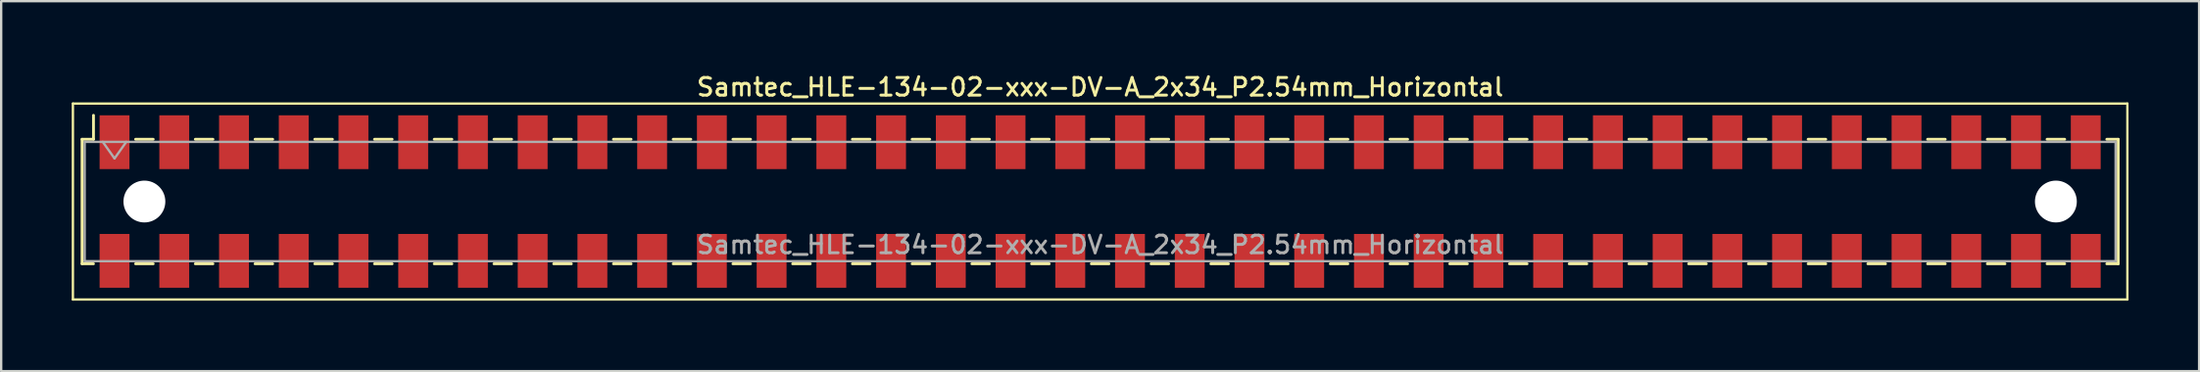
<source format=kicad_pcb>
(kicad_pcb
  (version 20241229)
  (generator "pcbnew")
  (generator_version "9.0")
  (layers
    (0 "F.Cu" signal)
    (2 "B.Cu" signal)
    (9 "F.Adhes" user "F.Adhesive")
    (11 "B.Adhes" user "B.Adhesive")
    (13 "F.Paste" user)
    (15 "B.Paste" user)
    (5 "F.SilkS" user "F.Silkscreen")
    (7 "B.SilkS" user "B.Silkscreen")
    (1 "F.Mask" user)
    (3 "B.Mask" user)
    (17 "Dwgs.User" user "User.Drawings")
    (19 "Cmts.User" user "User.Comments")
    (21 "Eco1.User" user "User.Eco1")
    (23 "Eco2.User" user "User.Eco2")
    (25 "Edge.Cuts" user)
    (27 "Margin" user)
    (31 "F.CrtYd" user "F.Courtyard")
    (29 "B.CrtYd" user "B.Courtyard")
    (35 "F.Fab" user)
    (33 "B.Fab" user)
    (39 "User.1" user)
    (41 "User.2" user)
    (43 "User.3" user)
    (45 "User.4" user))
  (footprint "Samtec_HLE-134-02-xxx-DV-A_2x34_P2.54mm_Horizontal"
    (layer "F.Cu")
    (at 43.73 5.528)
    (property "Reference" "Samtec_HLE-134-02-xxx-DV-A_2x34_P2.54mm_Horizontal" (at 0 -4.87 0) (layer "F.SilkS") (effects (font (size 0.75 0.75) (thickness 0.125))))
    (attr smd)
    (fp_line (start -43.68 -4.17) (end 43.68 -4.17) (stroke (width 0.1) (type solid)) (layer "F.SilkS"))
    (fp_line (start -43.68 4.17) (end -43.68 -4.17) (stroke (width 0.1) (type solid)) (layer "F.SilkS"))
    (fp_line (start -43.29 -2.65) (end -43.29 2.65) (stroke (width 0.12) (type solid)) (layer "F.SilkS"))
    (fp_line (start -43.29 2.65) (end -42.805 2.65) (stroke (width 0.12) (type solid)) (layer "F.SilkS"))
    (fp_line (start -42.805 -3.67) (end -42.805 -2.65) (stroke (width 0.12) (type solid)) (layer "F.SilkS"))
    (fp_line (start -42.805 -2.65) (end -43.29 -2.65) (stroke (width 0.12) (type solid)) (layer "F.SilkS"))
    (fp_line (start -41.015 -2.65) (end -40.265 -2.65) (stroke (width 0.12) (type solid)) (layer "F.SilkS"))
    (fp_line (start -41.015 2.65) (end -40.265 2.65) (stroke (width 0.12) (type solid)) (layer "F.SilkS"))
    (fp_line (start -38.475 -2.65) (end -37.725 -2.65) (stroke (width 0.12) (type solid)) (layer "F.SilkS"))
    (fp_line (start -38.475 2.65) (end -37.725 2.65) (stroke (width 0.12) (type solid)) (layer "F.SilkS"))
    (fp_line (start -35.935 -2.65) (end -35.185 -2.65) (stroke (width 0.12) (type solid)) (layer "F.SilkS"))
    (fp_line (start -35.935 2.65) (end -35.185 2.65) (stroke (width 0.12) (type solid)) (layer "F.SilkS"))
    (fp_line (start -33.395 -2.65) (end -32.645 -2.65) (stroke (width 0.12) (type solid)) (layer "F.SilkS"))
    (fp_line (start -33.395 2.65) (end -32.645 2.65) (stroke (width 0.12) (type solid)) (layer "F.SilkS"))
    (fp_line (start -30.855 -2.65) (end -30.105 -2.65) (stroke (width 0.12) (type solid)) (layer "F.SilkS"))
    (fp_line (start -30.855 2.65) (end -30.105 2.65) (stroke (width 0.12) (type solid)) (layer "F.SilkS"))
    (fp_line (start -28.315 -2.65) (end -27.565 -2.65) (stroke (width 0.12) (type solid)) (layer "F.SilkS"))
    (fp_line (start -28.315 2.65) (end -27.565 2.65) (stroke (width 0.12) (type solid)) (layer "F.SilkS"))
    (fp_line (start -25.775 -2.65) (end -25.025 -2.65) (stroke (width 0.12) (type solid)) (layer "F.SilkS"))
    (fp_line (start -25.775 2.65) (end -25.025 2.65) (stroke (width 0.12) (type solid)) (layer "F.SilkS"))
    (fp_line (start -23.235 -2.65) (end -22.485 -2.65) (stroke (width 0.12) (type solid)) (layer "F.SilkS"))
    (fp_line (start -23.235 2.65) (end -22.485 2.65) (stroke (width 0.12) (type solid)) (layer "F.SilkS"))
    (fp_line (start -20.695 -2.65) (end -19.945 -2.65) (stroke (width 0.12) (type solid)) (layer "F.SilkS"))
    (fp_line (start -20.695 2.65) (end -19.945 2.65) (stroke (width 0.12) (type solid)) (layer "F.SilkS"))
    (fp_line (start -18.155 -2.65) (end -17.405 -2.65) (stroke (width 0.12) (type solid)) (layer "F.SilkS"))
    (fp_line (start -18.155 2.65) (end -17.405 2.65) (stroke (width 0.12) (type solid)) (layer "F.SilkS"))
    (fp_line (start -15.615 -2.65) (end -14.865 -2.65) (stroke (width 0.12) (type solid)) (layer "F.SilkS"))
    (fp_line (start -15.615 2.65) (end -14.865 2.65) (stroke (width 0.12) (type solid)) (layer "F.SilkS"))
    (fp_line (start -13.075 -2.65) (end -12.325 -2.65) (stroke (width 0.12) (type solid)) (layer "F.SilkS"))
    (fp_line (start -13.075 2.65) (end -12.325 2.65) (stroke (width 0.12) (type solid)) (layer "F.SilkS"))
    (fp_line (start -10.535 -2.65) (end -9.785 -2.65) (stroke (width 0.12) (type solid)) (layer "F.SilkS"))
    (fp_line (start -10.535 2.65) (end -9.785 2.65) (stroke (width 0.12) (type solid)) (layer "F.SilkS"))
    (fp_line (start -7.995 -2.65) (end -7.245 -2.65) (stroke (width 0.12) (type solid)) (layer "F.SilkS"))
    (fp_line (start -7.995 2.65) (end -7.245 2.65) (stroke (width 0.12) (type solid)) (layer "F.SilkS"))
    (fp_line (start -5.455 -2.65) (end -4.705 -2.65) (stroke (width 0.12) (type solid)) (layer "F.SilkS"))
    (fp_line (start -5.455 2.65) (end -4.705 2.65) (stroke (width 0.12) (type solid)) (layer "F.SilkS"))
    (fp_line (start -2.915 -2.65) (end -2.165 -2.65) (stroke (width 0.12) (type solid)) (layer "F.SilkS"))
    (fp_line (start -2.915 2.65) (end -2.165 2.65) (stroke (width 0.12) (type solid)) (layer "F.SilkS"))
    (fp_line (start -0.375 -2.65) (end 0.375 -2.65) (stroke (width 0.12) (type solid)) (layer "F.SilkS"))
    (fp_line (start -0.375 2.65) (end 0.375 2.65) (stroke (width 0.12) (type solid)) (layer "F.SilkS"))
    (fp_line (start 2.165 -2.65) (end 2.915 -2.65) (stroke (width 0.12) (type solid)) (layer "F.SilkS"))
    (fp_line (start 2.165 2.65) (end 2.915 2.65) (stroke (width 0.12) (type solid)) (layer "F.SilkS"))
    (fp_line (start 4.705 -2.65) (end 5.455 -2.65) (stroke (width 0.12) (type solid)) (layer "F.SilkS"))
    (fp_line (start 4.705 2.65) (end 5.455 2.65) (stroke (width 0.12) (type solid)) (layer "F.SilkS"))
    (fp_line (start 7.245 -2.65) (end 7.995 -2.65) (stroke (width 0.12) (type solid)) (layer "F.SilkS"))
    (fp_line (start 7.245 2.65) (end 7.995 2.65) (stroke (width 0.12) (type solid)) (layer "F.SilkS"))
    (fp_line (start 9.785 -2.65) (end 10.535 -2.65) (stroke (width 0.12) (type solid)) (layer "F.SilkS"))
    (fp_line (start 9.785 2.65) (end 10.535 2.65) (stroke (width 0.12) (type solid)) (layer "F.SilkS"))
    (fp_line (start 12.325 -2.65) (end 13.075 -2.65) (stroke (width 0.12) (type solid)) (layer "F.SilkS"))
    (fp_line (start 12.325 2.65) (end 13.075 2.65) (stroke (width 0.12) (type solid)) (layer "F.SilkS"))
    (fp_line (start 14.865 -2.65) (end 15.615 -2.65) (stroke (width 0.12) (type solid)) (layer "F.SilkS"))
    (fp_line (start 14.865 2.65) (end 15.615 2.65) (stroke (width 0.12) (type solid)) (layer "F.SilkS"))
    (fp_line (start 17.405 -2.65) (end 18.155 -2.65) (stroke (width 0.12) (type solid)) (layer "F.SilkS"))
    (fp_line (start 17.405 2.65) (end 18.155 2.65) (stroke (width 0.12) (type solid)) (layer "F.SilkS"))
    (fp_line (start 19.945 -2.65) (end 20.695 -2.65) (stroke (width 0.12) (type solid)) (layer "F.SilkS"))
    (fp_line (start 19.945 2.65) (end 20.695 2.65) (stroke (width 0.12) (type solid)) (layer "F.SilkS"))
    (fp_line (start 22.485 -2.65) (end 23.235 -2.65) (stroke (width 0.12) (type solid)) (layer "F.SilkS"))
    (fp_line (start 22.485 2.65) (end 23.235 2.65) (stroke (width 0.12) (type solid)) (layer "F.SilkS"))
    (fp_line (start 25.025 -2.65) (end 25.775 -2.65) (stroke (width 0.12) (type solid)) (layer "F.SilkS"))
    (fp_line (start 25.025 2.65) (end 25.775 2.65) (stroke (width 0.12) (type solid)) (layer "F.SilkS"))
    (fp_line (start 27.565 -2.65) (end 28.315 -2.65) (stroke (width 0.12) (type solid)) (layer "F.SilkS"))
    (fp_line (start 27.565 2.65) (end 28.315 2.65) (stroke (width 0.12) (type solid)) (layer "F.SilkS"))
    (fp_line (start 30.105 -2.65) (end 30.855 -2.65) (stroke (width 0.12) (type solid)) (layer "F.SilkS"))
    (fp_line (start 30.105 2.65) (end 30.855 2.65) (stroke (width 0.12) (type solid)) (layer "F.SilkS"))
    (fp_line (start 32.645 -2.65) (end 33.395 -2.65) (stroke (width 0.12) (type solid)) (layer "F.SilkS"))
    (fp_line (start 32.645 2.65) (end 33.395 2.65) (stroke (width 0.12) (type solid)) (layer "F.SilkS"))
    (fp_line (start 35.185 -2.65) (end 35.935 -2.65) (stroke (width 0.12) (type solid)) (layer "F.SilkS"))
    (fp_line (start 35.185 2.65) (end 35.935 2.65) (stroke (width 0.12) (type solid)) (layer "F.SilkS"))
    (fp_line (start 37.725 -2.65) (end 38.475 -2.65) (stroke (width 0.12) (type solid)) (layer "F.SilkS"))
    (fp_line (start 37.725 2.65) (end 38.475 2.65) (stroke (width 0.12) (type solid)) (layer "F.SilkS"))
    (fp_line (start 40.265 -2.65) (end 41.015 -2.65) (stroke (width 0.12) (type solid)) (layer "F.SilkS"))
    (fp_line (start 40.265 2.65) (end 41.015 2.65) (stroke (width 0.12) (type solid)) (layer "F.SilkS"))
    (fp_line (start 42.805 -2.65) (end 43.29 -2.65) (stroke (width 0.12) (type solid)) (layer "F.SilkS"))
    (fp_line (start 43.29 -2.65) (end 43.29 2.65) (stroke (width 0.12) (type solid)) (layer "F.SilkS"))
    (fp_line (start 43.29 2.65) (end 42.805 2.65) (stroke (width 0.12) (type solid)) (layer "F.SilkS"))
    (fp_line (start 43.68 -4.17) (end 43.68 4.17) (stroke (width 0.1) (type solid)) (layer "F.SilkS"))
    (fp_line (start 43.68 4.17) (end -43.68 4.17) (stroke (width 0.1) (type solid)) (layer "F.SilkS"))
    (fp_line (start -43.18 -2.54) (end 43.18 -2.54) (stroke (width 0.1) (type solid)) (layer "F.Fab"))
    (fp_line (start -43.18 2.54) (end -43.18 -2.54) (stroke (width 0.1) (type solid)) (layer "F.Fab"))
    (fp_line (start -42.41 -2.54) (end -41.91 -1.833) (stroke (width 0.1) (type solid)) (layer "F.Fab"))
    (fp_line (start -41.91 -1.833) (end -41.41 -2.54) (stroke (width 0.1) (type solid)) (layer "F.Fab"))
    (fp_line (start 43.18 -2.54) (end 43.18 2.54) (stroke (width 0.1) (type solid)) (layer "F.Fab"))
    (fp_line (start 43.18 2.54) (end -43.18 2.54) (stroke (width 0.1) (type solid)) (layer "F.Fab"))
    (fp_text user "${REFERENCE}" (at 0 1.84 0) (layer "F.Fab") (effects (font (size 0.75 0.75) (thickness 0.125))))
    (pad "" np_thru_hole circle (at -40.64 0) (size 1.78 1.78) (drill 1.78) (layers "*.Cu" "*.Mask"))
    (pad "" np_thru_hole circle (at 40.64 0) (size 1.78 1.78) (drill 1.78) (layers "*.Cu" "*.Mask"))
    (pad "1" smd rect (at -41.91 -2.525) (size 1.27 2.29) (layers "F.Cu" "F.Mask" "F.Paste"))
    (pad "2" smd rect (at -41.91 2.525) (size 1.27 2.29) (layers "F.Cu" "F.Mask" "F.Paste"))
    (pad "3" smd rect (at -39.37 -2.525) (size 1.27 2.29) (layers "F.Cu" "F.Mask" "F.Paste"))
    (pad "4" smd rect (at -39.37 2.525) (size 1.27 2.29) (layers "F.Cu" "F.Mask" "F.Paste"))
    (pad "5" smd rect (at -36.83 -2.525) (size 1.27 2.29) (layers "F.Cu" "F.Mask" "F.Paste"))
    (pad "6" smd rect (at -36.83 2.525) (size 1.27 2.29) (layers "F.Cu" "F.Mask" "F.Paste"))
    (pad "7" smd rect (at -34.29 -2.525) (size 1.27 2.29) (layers "F.Cu" "F.Mask" "F.Paste"))
    (pad "8" smd rect (at -34.29 2.525) (size 1.27 2.29) (layers "F.Cu" "F.Mask" "F.Paste"))
    (pad "9" smd rect (at -31.75 -2.525) (size 1.27 2.29) (layers "F.Cu" "F.Mask" "F.Paste"))
    (pad "10" smd rect (at -31.75 2.525) (size 1.27 2.29) (layers "F.Cu" "F.Mask" "F.Paste"))
    (pad "11" smd rect (at -29.21 -2.525) (size 1.27 2.29) (layers "F.Cu" "F.Mask" "F.Paste"))
    (pad "12" smd rect (at -29.21 2.525) (size 1.27 2.29) (layers "F.Cu" "F.Mask" "F.Paste"))
    (pad "13" smd rect (at -26.67 -2.525) (size 1.27 2.29) (layers "F.Cu" "F.Mask" "F.Paste"))
    (pad "14" smd rect (at -26.67 2.525) (size 1.27 2.29) (layers "F.Cu" "F.Mask" "F.Paste"))
    (pad "15" smd rect (at -24.13 -2.525) (size 1.27 2.29) (layers "F.Cu" "F.Mask" "F.Paste"))
    (pad "16" smd rect (at -24.13 2.525) (size 1.27 2.29) (layers "F.Cu" "F.Mask" "F.Paste"))
    (pad "17" smd rect (at -21.59 -2.525) (size 1.27 2.29) (layers "F.Cu" "F.Mask" "F.Paste"))
    (pad "18" smd rect (at -21.59 2.525) (size 1.27 2.29) (layers "F.Cu" "F.Mask" "F.Paste"))
    (pad "19" smd rect (at -19.05 -2.525) (size 1.27 2.29) (layers "F.Cu" "F.Mask" "F.Paste"))
    (pad "20" smd rect (at -19.05 2.525) (size 1.27 2.29) (layers "F.Cu" "F.Mask" "F.Paste"))
    (pad "21" smd rect (at -16.51 -2.525) (size 1.27 2.29) (layers "F.Cu" "F.Mask" "F.Paste"))
    (pad "22" smd rect (at -16.51 2.525) (size 1.27 2.29) (layers "F.Cu" "F.Mask" "F.Paste"))
    (pad "23" smd rect (at -13.97 -2.525) (size 1.27 2.29) (layers "F.Cu" "F.Mask" "F.Paste"))
    (pad "24" smd rect (at -13.97 2.525) (size 1.27 2.29) (layers "F.Cu" "F.Mask" "F.Paste"))
    (pad "25" smd rect (at -11.43 -2.525) (size 1.27 2.29) (layers "F.Cu" "F.Mask" "F.Paste"))
    (pad "26" smd rect (at -11.43 2.525) (size 1.27 2.29) (layers "F.Cu" "F.Mask" "F.Paste"))
    (pad "27" smd rect (at -8.89 -2.525) (size 1.27 2.29) (layers "F.Cu" "F.Mask" "F.Paste"))
    (pad "28" smd rect (at -8.89 2.525) (size 1.27 2.29) (layers "F.Cu" "F.Mask" "F.Paste"))
    (pad "29" smd rect (at -6.35 -2.525) (size 1.27 2.29) (layers "F.Cu" "F.Mask" "F.Paste"))
    (pad "30" smd rect (at -6.35 2.525) (size 1.27 2.29) (layers "F.Cu" "F.Mask" "F.Paste"))
    (pad "31" smd rect (at -3.81 -2.525) (size 1.27 2.29) (layers "F.Cu" "F.Mask" "F.Paste"))
    (pad "32" smd rect (at -3.81 2.525) (size 1.27 2.29) (layers "F.Cu" "F.Mask" "F.Paste"))
    (pad "33" smd rect (at -1.27 -2.525) (size 1.27 2.29) (layers "F.Cu" "F.Mask" "F.Paste"))
    (pad "34" smd rect (at -1.27 2.525) (size 1.27 2.29) (layers "F.Cu" "F.Mask" "F.Paste"))
    (pad "35" smd rect (at 1.27 -2.525) (size 1.27 2.29) (layers "F.Cu" "F.Mask" "F.Paste"))
    (pad "36" smd rect (at 1.27 2.525) (size 1.27 2.29) (layers "F.Cu" "F.Mask" "F.Paste"))
    (pad "37" smd rect (at 3.81 -2.525) (size 1.27 2.29) (layers "F.Cu" "F.Mask" "F.Paste"))
    (pad "38" smd rect (at 3.81 2.525) (size 1.27 2.29) (layers "F.Cu" "F.Mask" "F.Paste"))
    (pad "39" smd rect (at 6.35 -2.525) (size 1.27 2.29) (layers "F.Cu" "F.Mask" "F.Paste"))
    (pad "40" smd rect (at 6.35 2.525) (size 1.27 2.29) (layers "F.Cu" "F.Mask" "F.Paste"))
    (pad "41" smd rect (at 8.89 -2.525) (size 1.27 2.29) (layers "F.Cu" "F.Mask" "F.Paste"))
    (pad "42" smd rect (at 8.89 2.525) (size 1.27 2.29) (layers "F.Cu" "F.Mask" "F.Paste"))
    (pad "43" smd rect (at 11.43 -2.525) (size 1.27 2.29) (layers "F.Cu" "F.Mask" "F.Paste"))
    (pad "44" smd rect (at 11.43 2.525) (size 1.27 2.29) (layers "F.Cu" "F.Mask" "F.Paste"))
    (pad "45" smd rect (at 13.97 -2.525) (size 1.27 2.29) (layers "F.Cu" "F.Mask" "F.Paste"))
    (pad "46" smd rect (at 13.97 2.525) (size 1.27 2.29) (layers "F.Cu" "F.Mask" "F.Paste"))
    (pad "47" smd rect (at 16.51 -2.525) (size 1.27 2.29) (layers "F.Cu" "F.Mask" "F.Paste"))
    (pad "48" smd rect (at 16.51 2.525) (size 1.27 2.29) (layers "F.Cu" "F.Mask" "F.Paste"))
    (pad "49" smd rect (at 19.05 -2.525) (size 1.27 2.29) (layers "F.Cu" "F.Mask" "F.Paste"))
    (pad "50" smd rect (at 19.05 2.525) (size 1.27 2.29) (layers "F.Cu" "F.Mask" "F.Paste"))
    (pad "51" smd rect (at 21.59 -2.525) (size 1.27 2.29) (layers "F.Cu" "F.Mask" "F.Paste"))
    (pad "52" smd rect (at 21.59 2.525) (size 1.27 2.29) (layers "F.Cu" "F.Mask" "F.Paste"))
    (pad "53" smd rect (at 24.13 -2.525) (size 1.27 2.29) (layers "F.Cu" "F.Mask" "F.Paste"))
    (pad "54" smd rect (at 24.13 2.525) (size 1.27 2.29) (layers "F.Cu" "F.Mask" "F.Paste"))
    (pad "55" smd rect (at 26.67 -2.525) (size 1.27 2.29) (layers "F.Cu" "F.Mask" "F.Paste"))
    (pad "56" smd rect (at 26.67 2.525) (size 1.27 2.29) (layers "F.Cu" "F.Mask" "F.Paste"))
    (pad "57" smd rect (at 29.21 -2.525) (size 1.27 2.29) (layers "F.Cu" "F.Mask" "F.Paste"))
    (pad "58" smd rect (at 29.21 2.525) (size 1.27 2.29) (layers "F.Cu" "F.Mask" "F.Paste"))
    (pad "59" smd rect (at 31.75 -2.525) (size 1.27 2.29) (layers "F.Cu" "F.Mask" "F.Paste"))
    (pad "60" smd rect (at 31.75 2.525) (size 1.27 2.29) (layers "F.Cu" "F.Mask" "F.Paste"))
    (pad "61" smd rect (at 34.29 -2.525) (size 1.27 2.29) (layers "F.Cu" "F.Mask" "F.Paste"))
    (pad "62" smd rect (at 34.29 2.525) (size 1.27 2.29) (layers "F.Cu" "F.Mask" "F.Paste"))
    (pad "63" smd rect (at 36.83 -2.525) (size 1.27 2.29) (layers "F.Cu" "F.Mask" "F.Paste"))
    (pad "64" smd rect (at 36.83 2.525) (size 1.27 2.29) (layers "F.Cu" "F.Mask" "F.Paste"))
    (pad "65" smd rect (at 39.37 -2.525) (size 1.27 2.29) (layers "F.Cu" "F.Mask" "F.Paste"))
    (pad "66" smd rect (at 39.37 2.525) (size 1.27 2.29) (layers "F.Cu" "F.Mask" "F.Paste"))
    (pad "67" smd rect (at 41.91 -2.525) (size 1.27 2.29) (layers "F.Cu" "F.Mask" "F.Paste"))
    (pad "68" smd rect (at 41.91 2.525) (size 1.27 2.29) (layers "F.Cu" "F.Mask" "F.Paste")))
  (gr_rect
    (start -3 -3)
    (end 90.46 12.748)
    (stroke (width 0.1) (type default))
    (fill no)
    (layer "Edge.Cuts")))
</source>
